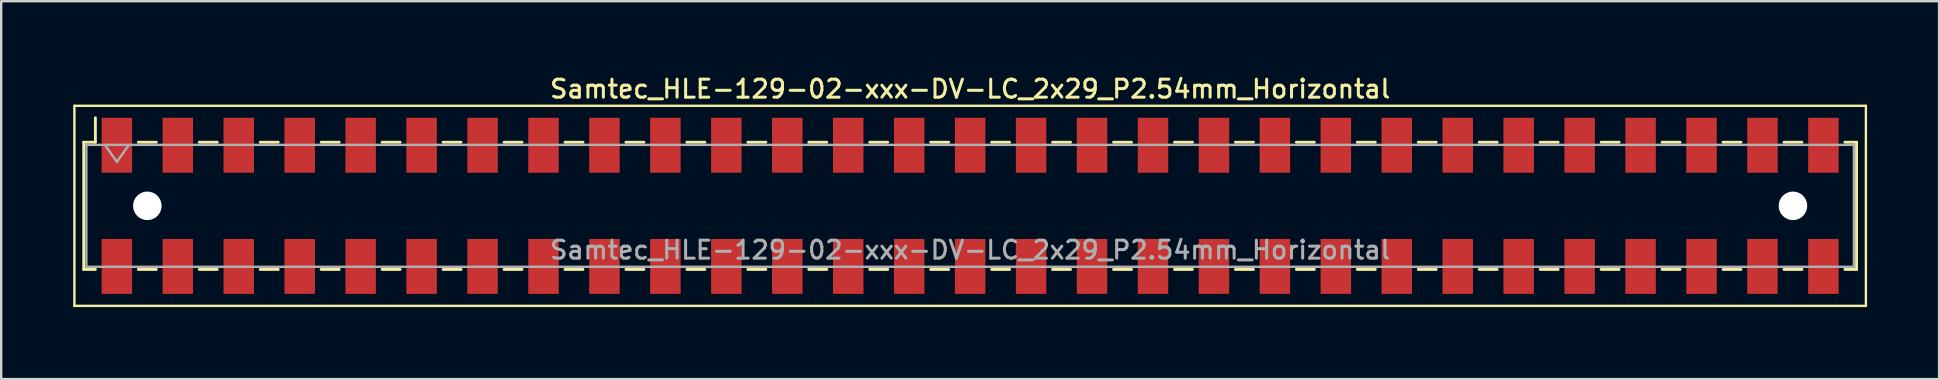
<source format=kicad_pcb>
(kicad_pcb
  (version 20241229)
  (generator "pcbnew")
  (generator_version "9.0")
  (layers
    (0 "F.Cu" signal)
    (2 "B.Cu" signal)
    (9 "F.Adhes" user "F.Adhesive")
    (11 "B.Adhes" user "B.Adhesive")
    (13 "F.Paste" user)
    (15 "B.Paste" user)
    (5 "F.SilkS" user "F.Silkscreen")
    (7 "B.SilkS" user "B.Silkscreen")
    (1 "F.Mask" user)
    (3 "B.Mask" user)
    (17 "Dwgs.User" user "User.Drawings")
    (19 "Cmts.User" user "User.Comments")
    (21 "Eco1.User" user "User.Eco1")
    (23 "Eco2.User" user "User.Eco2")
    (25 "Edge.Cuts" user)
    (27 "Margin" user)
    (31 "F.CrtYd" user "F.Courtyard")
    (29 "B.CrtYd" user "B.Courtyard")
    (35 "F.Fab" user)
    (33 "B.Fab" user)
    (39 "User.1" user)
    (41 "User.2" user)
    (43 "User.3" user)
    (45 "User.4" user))
  (footprint "Samtec_HLE-129-02-xxx-DV-LC_2x29_P2.54mm_Horizontal"
    (layer "F.Cu")
    (at 37.38 5.528)
    (property "Reference" "Samtec_HLE-129-02-xxx-DV-LC_2x29_P2.54mm_Horizontal" (at 0 -4.87 0) (layer "F.SilkS") (effects (font (size 0.75 0.75) (thickness 0.125))))
    (attr smd)
    (fp_line (start -37.33 -4.17) (end 37.33 -4.17) (stroke (width 0.1) (type solid)) (layer "F.SilkS"))
    (fp_line (start -37.33 4.17) (end -37.33 -4.17) (stroke (width 0.1) (type solid)) (layer "F.SilkS"))
    (fp_line (start -36.94 -2.65) (end -36.94 2.65) (stroke (width 0.12) (type solid)) (layer "F.SilkS"))
    (fp_line (start -36.94 2.65) (end -36.455 2.65) (stroke (width 0.12) (type solid)) (layer "F.SilkS"))
    (fp_line (start -36.455 -3.67) (end -36.455 -2.65) (stroke (width 0.12) (type solid)) (layer "F.SilkS"))
    (fp_line (start -36.455 -2.65) (end -36.94 -2.65) (stroke (width 0.12) (type solid)) (layer "F.SilkS"))
    (fp_line (start -34.665 -2.65) (end -33.915 -2.65) (stroke (width 0.12) (type solid)) (layer "F.SilkS"))
    (fp_line (start -34.665 2.65) (end -33.915 2.65) (stroke (width 0.12) (type solid)) (layer "F.SilkS"))
    (fp_line (start -32.125 -2.65) (end -31.375 -2.65) (stroke (width 0.12) (type solid)) (layer "F.SilkS"))
    (fp_line (start -32.125 2.65) (end -31.375 2.65) (stroke (width 0.12) (type solid)) (layer "F.SilkS"))
    (fp_line (start -29.585 -2.65) (end -28.835 -2.65) (stroke (width 0.12) (type solid)) (layer "F.SilkS"))
    (fp_line (start -29.585 2.65) (end -28.835 2.65) (stroke (width 0.12) (type solid)) (layer "F.SilkS"))
    (fp_line (start -27.045 -2.65) (end -26.295 -2.65) (stroke (width 0.12) (type solid)) (layer "F.SilkS"))
    (fp_line (start -27.045 2.65) (end -26.295 2.65) (stroke (width 0.12) (type solid)) (layer "F.SilkS"))
    (fp_line (start -24.505 -2.65) (end -23.755 -2.65) (stroke (width 0.12) (type solid)) (layer "F.SilkS"))
    (fp_line (start -24.505 2.65) (end -23.755 2.65) (stroke (width 0.12) (type solid)) (layer "F.SilkS"))
    (fp_line (start -21.965 -2.65) (end -21.215 -2.65) (stroke (width 0.12) (type solid)) (layer "F.SilkS"))
    (fp_line (start -21.965 2.65) (end -21.215 2.65) (stroke (width 0.12) (type solid)) (layer "F.SilkS"))
    (fp_line (start -19.425 -2.65) (end -18.675 -2.65) (stroke (width 0.12) (type solid)) (layer "F.SilkS"))
    (fp_line (start -19.425 2.65) (end -18.675 2.65) (stroke (width 0.12) (type solid)) (layer "F.SilkS"))
    (fp_line (start -16.885 -2.65) (end -16.135 -2.65) (stroke (width 0.12) (type solid)) (layer "F.SilkS"))
    (fp_line (start -16.885 2.65) (end -16.135 2.65) (stroke (width 0.12) (type solid)) (layer "F.SilkS"))
    (fp_line (start -14.345 -2.65) (end -13.595 -2.65) (stroke (width 0.12) (type solid)) (layer "F.SilkS"))
    (fp_line (start -14.345 2.65) (end -13.595 2.65) (stroke (width 0.12) (type solid)) (layer "F.SilkS"))
    (fp_line (start -11.805 -2.65) (end -11.055 -2.65) (stroke (width 0.12) (type solid)) (layer "F.SilkS"))
    (fp_line (start -11.805 2.65) (end -11.055 2.65) (stroke (width 0.12) (type solid)) (layer "F.SilkS"))
    (fp_line (start -9.265 -2.65) (end -8.515 -2.65) (stroke (width 0.12) (type solid)) (layer "F.SilkS"))
    (fp_line (start -9.265 2.65) (end -8.515 2.65) (stroke (width 0.12) (type solid)) (layer "F.SilkS"))
    (fp_line (start -6.725 -2.65) (end -5.975 -2.65) (stroke (width 0.12) (type solid)) (layer "F.SilkS"))
    (fp_line (start -6.725 2.65) (end -5.975 2.65) (stroke (width 0.12) (type solid)) (layer "F.SilkS"))
    (fp_line (start -4.185 -2.65) (end -3.435 -2.65) (stroke (width 0.12) (type solid)) (layer "F.SilkS"))
    (fp_line (start -4.185 2.65) (end -3.435 2.65) (stroke (width 0.12) (type solid)) (layer "F.SilkS"))
    (fp_line (start -1.645 -2.65) (end -0.895 -2.65) (stroke (width 0.12) (type solid)) (layer "F.SilkS"))
    (fp_line (start -1.645 2.65) (end -0.895 2.65) (stroke (width 0.12) (type solid)) (layer "F.SilkS"))
    (fp_line (start 0.895 -2.65) (end 1.645 -2.65) (stroke (width 0.12) (type solid)) (layer "F.SilkS"))
    (fp_line (start 0.895 2.65) (end 1.645 2.65) (stroke (width 0.12) (type solid)) (layer "F.SilkS"))
    (fp_line (start 3.435 -2.65) (end 4.185 -2.65) (stroke (width 0.12) (type solid)) (layer "F.SilkS"))
    (fp_line (start 3.435 2.65) (end 4.185 2.65) (stroke (width 0.12) (type solid)) (layer "F.SilkS"))
    (fp_line (start 5.975 -2.65) (end 6.725 -2.65) (stroke (width 0.12) (type solid)) (layer "F.SilkS"))
    (fp_line (start 5.975 2.65) (end 6.725 2.65) (stroke (width 0.12) (type solid)) (layer "F.SilkS"))
    (fp_line (start 8.515 -2.65) (end 9.265 -2.65) (stroke (width 0.12) (type solid)) (layer "F.SilkS"))
    (fp_line (start 8.515 2.65) (end 9.265 2.65) (stroke (width 0.12) (type solid)) (layer "F.SilkS"))
    (fp_line (start 11.055 -2.65) (end 11.805 -2.65) (stroke (width 0.12) (type solid)) (layer "F.SilkS"))
    (fp_line (start 11.055 2.65) (end 11.805 2.65) (stroke (width 0.12) (type solid)) (layer "F.SilkS"))
    (fp_line (start 13.595 -2.65) (end 14.345 -2.65) (stroke (width 0.12) (type solid)) (layer "F.SilkS"))
    (fp_line (start 13.595 2.65) (end 14.345 2.65) (stroke (width 0.12) (type solid)) (layer "F.SilkS"))
    (fp_line (start 16.135 -2.65) (end 16.885 -2.65) (stroke (width 0.12) (type solid)) (layer "F.SilkS"))
    (fp_line (start 16.135 2.65) (end 16.885 2.65) (stroke (width 0.12) (type solid)) (layer "F.SilkS"))
    (fp_line (start 18.675 -2.65) (end 19.425 -2.65) (stroke (width 0.12) (type solid)) (layer "F.SilkS"))
    (fp_line (start 18.675 2.65) (end 19.425 2.65) (stroke (width 0.12) (type solid)) (layer "F.SilkS"))
    (fp_line (start 21.215 -2.65) (end 21.965 -2.65) (stroke (width 0.12) (type solid)) (layer "F.SilkS"))
    (fp_line (start 21.215 2.65) (end 21.965 2.65) (stroke (width 0.12) (type solid)) (layer "F.SilkS"))
    (fp_line (start 23.755 -2.65) (end 24.505 -2.65) (stroke (width 0.12) (type solid)) (layer "F.SilkS"))
    (fp_line (start 23.755 2.65) (end 24.505 2.65) (stroke (width 0.12) (type solid)) (layer "F.SilkS"))
    (fp_line (start 26.295 -2.65) (end 27.045 -2.65) (stroke (width 0.12) (type solid)) (layer "F.SilkS"))
    (fp_line (start 26.295 2.65) (end 27.045 2.65) (stroke (width 0.12) (type solid)) (layer "F.SilkS"))
    (fp_line (start 28.835 -2.65) (end 29.585 -2.65) (stroke (width 0.12) (type solid)) (layer "F.SilkS"))
    (fp_line (start 28.835 2.65) (end 29.585 2.65) (stroke (width 0.12) (type solid)) (layer "F.SilkS"))
    (fp_line (start 31.375 -2.65) (end 32.125 -2.65) (stroke (width 0.12) (type solid)) (layer "F.SilkS"))
    (fp_line (start 31.375 2.65) (end 32.125 2.65) (stroke (width 0.12) (type solid)) (layer "F.SilkS"))
    (fp_line (start 33.915 -2.65) (end 34.665 -2.65) (stroke (width 0.12) (type solid)) (layer "F.SilkS"))
    (fp_line (start 33.915 2.65) (end 34.665 2.65) (stroke (width 0.12) (type solid)) (layer "F.SilkS"))
    (fp_line (start 36.455 -2.65) (end 36.94 -2.65) (stroke (width 0.12) (type solid)) (layer "F.SilkS"))
    (fp_line (start 36.94 -2.65) (end 36.94 2.65) (stroke (width 0.12) (type solid)) (layer "F.SilkS"))
    (fp_line (start 36.94 2.65) (end 36.455 2.65) (stroke (width 0.12) (type solid)) (layer "F.SilkS"))
    (fp_line (start 37.33 -4.17) (end 37.33 4.17) (stroke (width 0.1) (type solid)) (layer "F.SilkS"))
    (fp_line (start 37.33 4.17) (end -37.33 4.17) (stroke (width 0.1) (type solid)) (layer "F.SilkS"))
    (fp_line (start -36.83 -2.54) (end 36.83 -2.54) (stroke (width 0.1) (type solid)) (layer "F.Fab"))
    (fp_line (start -36.83 2.54) (end -36.83 -2.54) (stroke (width 0.1) (type solid)) (layer "F.Fab"))
    (fp_line (start -36.06 -2.54) (end -35.56 -1.833) (stroke (width 0.1) (type solid)) (layer "F.Fab"))
    (fp_line (start -35.56 -1.833) (end -35.06 -2.54) (stroke (width 0.1) (type solid)) (layer "F.Fab"))
    (fp_line (start 36.83 -2.54) (end 36.83 2.54) (stroke (width 0.1) (type solid)) (layer "F.Fab"))
    (fp_line (start 36.83 2.54) (end -36.83 2.54) (stroke (width 0.1) (type solid)) (layer "F.Fab"))
    (fp_text user "${REFERENCE}" (at 0 1.84 0) (layer "F.Fab") (effects (font (size 0.75 0.75) (thickness 0.125))))
    (pad "" np_thru_hole circle (at -34.29 0) (size 1.19 1.19) (drill 1.19) (layers "*.Cu" "*.Mask"))
    (pad "" np_thru_hole circle (at 34.29 0) (size 1.19 1.19) (drill 1.19) (layers "*.Cu" "*.Mask"))
    (pad "1" smd rect (at -35.56 -2.525) (size 1.27 2.29) (layers "F.Cu" "F.Mask" "F.Paste"))
    (pad "2" smd rect (at -35.56 2.525) (size 1.27 2.29) (layers "F.Cu" "F.Mask" "F.Paste"))
    (pad "3" smd rect (at -33.02 -2.525) (size 1.27 2.29) (layers "F.Cu" "F.Mask" "F.Paste"))
    (pad "4" smd rect (at -33.02 2.525) (size 1.27 2.29) (layers "F.Cu" "F.Mask" "F.Paste"))
    (pad "5" smd rect (at -30.48 -2.525) (size 1.27 2.29) (layers "F.Cu" "F.Mask" "F.Paste"))
    (pad "6" smd rect (at -30.48 2.525) (size 1.27 2.29) (layers "F.Cu" "F.Mask" "F.Paste"))
    (pad "7" smd rect (at -27.94 -2.525) (size 1.27 2.29) (layers "F.Cu" "F.Mask" "F.Paste"))
    (pad "8" smd rect (at -27.94 2.525) (size 1.27 2.29) (layers "F.Cu" "F.Mask" "F.Paste"))
    (pad "9" smd rect (at -25.4 -2.525) (size 1.27 2.29) (layers "F.Cu" "F.Mask" "F.Paste"))
    (pad "10" smd rect (at -25.4 2.525) (size 1.27 2.29) (layers "F.Cu" "F.Mask" "F.Paste"))
    (pad "11" smd rect (at -22.86 -2.525) (size 1.27 2.29) (layers "F.Cu" "F.Mask" "F.Paste"))
    (pad "12" smd rect (at -22.86 2.525) (size 1.27 2.29) (layers "F.Cu" "F.Mask" "F.Paste"))
    (pad "13" smd rect (at -20.32 -2.525) (size 1.27 2.29) (layers "F.Cu" "F.Mask" "F.Paste"))
    (pad "14" smd rect (at -20.32 2.525) (size 1.27 2.29) (layers "F.Cu" "F.Mask" "F.Paste"))
    (pad "15" smd rect (at -17.78 -2.525) (size 1.27 2.29) (layers "F.Cu" "F.Mask" "F.Paste"))
    (pad "16" smd rect (at -17.78 2.525) (size 1.27 2.29) (layers "F.Cu" "F.Mask" "F.Paste"))
    (pad "17" smd rect (at -15.24 -2.525) (size 1.27 2.29) (layers "F.Cu" "F.Mask" "F.Paste"))
    (pad "18" smd rect (at -15.24 2.525) (size 1.27 2.29) (layers "F.Cu" "F.Mask" "F.Paste"))
    (pad "19" smd rect (at -12.7 -2.525) (size 1.27 2.29) (layers "F.Cu" "F.Mask" "F.Paste"))
    (pad "20" smd rect (at -12.7 2.525) (size 1.27 2.29) (layers "F.Cu" "F.Mask" "F.Paste"))
    (pad "21" smd rect (at -10.16 -2.525) (size 1.27 2.29) (layers "F.Cu" "F.Mask" "F.Paste"))
    (pad "22" smd rect (at -10.16 2.525) (size 1.27 2.29) (layers "F.Cu" "F.Mask" "F.Paste"))
    (pad "23" smd rect (at -7.62 -2.525) (size 1.27 2.29) (layers "F.Cu" "F.Mask" "F.Paste"))
    (pad "24" smd rect (at -7.62 2.525) (size 1.27 2.29) (layers "F.Cu" "F.Mask" "F.Paste"))
    (pad "25" smd rect (at -5.08 -2.525) (size 1.27 2.29) (layers "F.Cu" "F.Mask" "F.Paste"))
    (pad "26" smd rect (at -5.08 2.525) (size 1.27 2.29) (layers "F.Cu" "F.Mask" "F.Paste"))
    (pad "27" smd rect (at -2.54 -2.525) (size 1.27 2.29) (layers "F.Cu" "F.Mask" "F.Paste"))
    (pad "28" smd rect (at -2.54 2.525) (size 1.27 2.29) (layers "F.Cu" "F.Mask" "F.Paste"))
    (pad "29" smd rect (at 0 -2.525) (size 1.27 2.29) (layers "F.Cu" "F.Mask" "F.Paste"))
    (pad "30" smd rect (at 0 2.525) (size 1.27 2.29) (layers "F.Cu" "F.Mask" "F.Paste"))
    (pad "31" smd rect (at 2.54 -2.525) (size 1.27 2.29) (layers "F.Cu" "F.Mask" "F.Paste"))
    (pad "32" smd rect (at 2.54 2.525) (size 1.27 2.29) (layers "F.Cu" "F.Mask" "F.Paste"))
    (pad "33" smd rect (at 5.08 -2.525) (size 1.27 2.29) (layers "F.Cu" "F.Mask" "F.Paste"))
    (pad "34" smd rect (at 5.08 2.525) (size 1.27 2.29) (layers "F.Cu" "F.Mask" "F.Paste"))
    (pad "35" smd rect (at 7.62 -2.525) (size 1.27 2.29) (layers "F.Cu" "F.Mask" "F.Paste"))
    (pad "36" smd rect (at 7.62 2.525) (size 1.27 2.29) (layers "F.Cu" "F.Mask" "F.Paste"))
    (pad "37" smd rect (at 10.16 -2.525) (size 1.27 2.29) (layers "F.Cu" "F.Mask" "F.Paste"))
    (pad "38" smd rect (at 10.16 2.525) (size 1.27 2.29) (layers "F.Cu" "F.Mask" "F.Paste"))
    (pad "39" smd rect (at 12.7 -2.525) (size 1.27 2.29) (layers "F.Cu" "F.Mask" "F.Paste"))
    (pad "40" smd rect (at 12.7 2.525) (size 1.27 2.29) (layers "F.Cu" "F.Mask" "F.Paste"))
    (pad "41" smd rect (at 15.24 -2.525) (size 1.27 2.29) (layers "F.Cu" "F.Mask" "F.Paste"))
    (pad "42" smd rect (at 15.24 2.525) (size 1.27 2.29) (layers "F.Cu" "F.Mask" "F.Paste"))
    (pad "43" smd rect (at 17.78 -2.525) (size 1.27 2.29) (layers "F.Cu" "F.Mask" "F.Paste"))
    (pad "44" smd rect (at 17.78 2.525) (size 1.27 2.29) (layers "F.Cu" "F.Mask" "F.Paste"))
    (pad "45" smd rect (at 20.32 -2.525) (size 1.27 2.29) (layers "F.Cu" "F.Mask" "F.Paste"))
    (pad "46" smd rect (at 20.32 2.525) (size 1.27 2.29) (layers "F.Cu" "F.Mask" "F.Paste"))
    (pad "47" smd rect (at 22.86 -2.525) (size 1.27 2.29) (layers "F.Cu" "F.Mask" "F.Paste"))
    (pad "48" smd rect (at 22.86 2.525) (size 1.27 2.29) (layers "F.Cu" "F.Mask" "F.Paste"))
    (pad "49" smd rect (at 25.4 -2.525) (size 1.27 2.29) (layers "F.Cu" "F.Mask" "F.Paste"))
    (pad "50" smd rect (at 25.4 2.525) (size 1.27 2.29) (layers "F.Cu" "F.Mask" "F.Paste"))
    (pad "51" smd rect (at 27.94 -2.525) (size 1.27 2.29) (layers "F.Cu" "F.Mask" "F.Paste"))
    (pad "52" smd rect (at 27.94 2.525) (size 1.27 2.29) (layers "F.Cu" "F.Mask" "F.Paste"))
    (pad "53" smd rect (at 30.48 -2.525) (size 1.27 2.29) (layers "F.Cu" "F.Mask" "F.Paste"))
    (pad "54" smd rect (at 30.48 2.525) (size 1.27 2.29) (layers "F.Cu" "F.Mask" "F.Paste"))
    (pad "55" smd rect (at 33.02 -2.525) (size 1.27 2.29) (layers "F.Cu" "F.Mask" "F.Paste"))
    (pad "56" smd rect (at 33.02 2.525) (size 1.27 2.29) (layers "F.Cu" "F.Mask" "F.Paste"))
    (pad "57" smd rect (at 35.56 -2.525) (size 1.27 2.29) (layers "F.Cu" "F.Mask" "F.Paste"))
    (pad "58" smd rect (at 35.56 2.525) (size 1.27 2.29) (layers "F.Cu" "F.Mask" "F.Paste")))
  (gr_rect
    (start -3 -3)
    (end 77.76 12.748)
    (stroke (width 0.1) (type default))
    (fill no)
    (layer "Edge.Cuts")))
</source>
